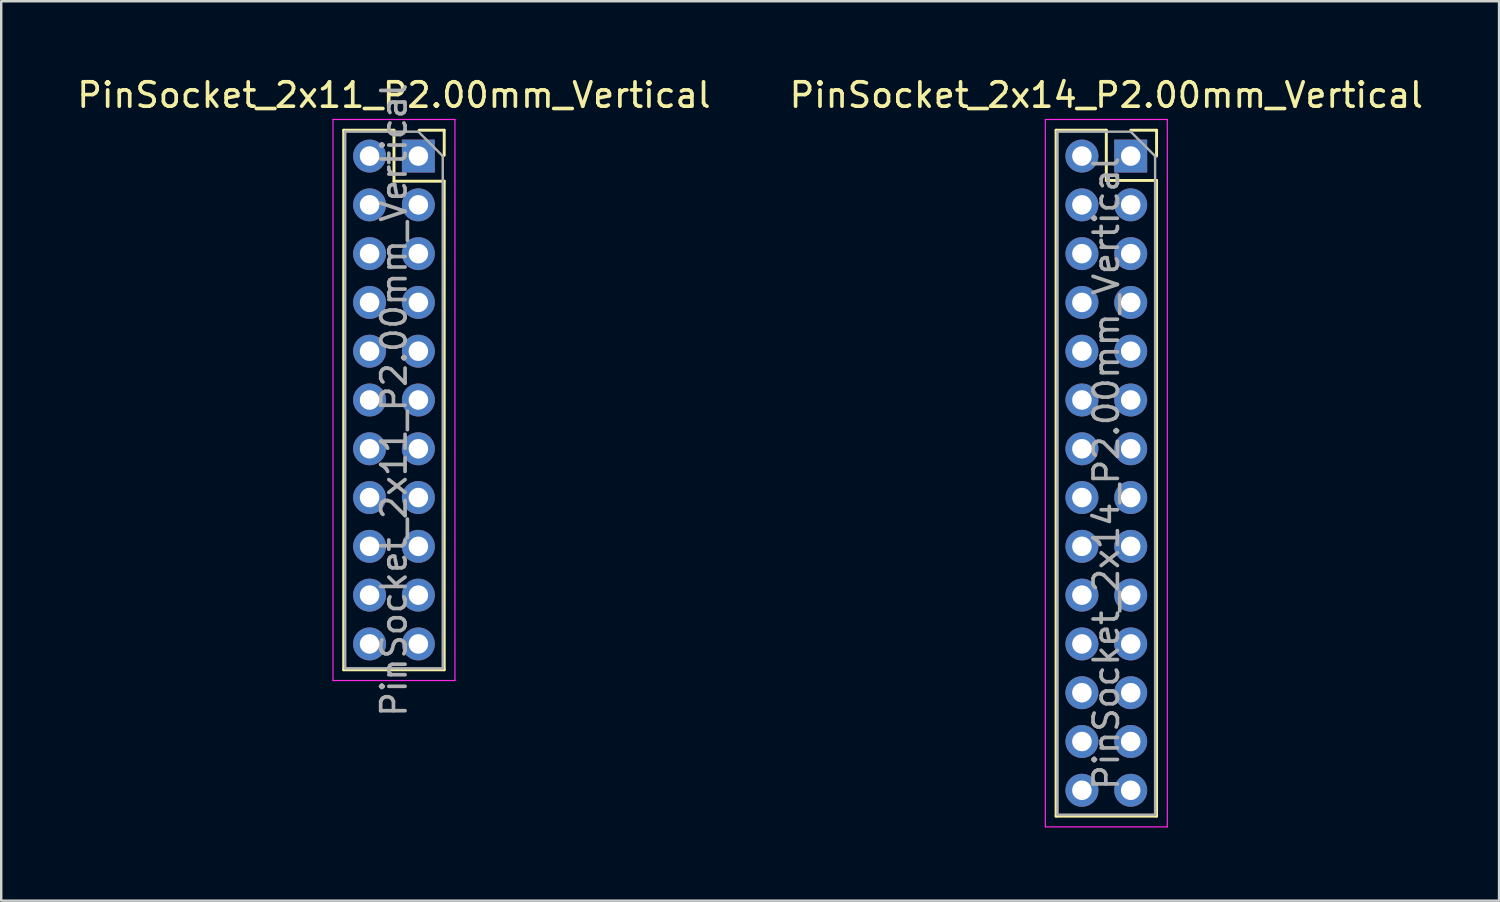
<source format=kicad_pcb>
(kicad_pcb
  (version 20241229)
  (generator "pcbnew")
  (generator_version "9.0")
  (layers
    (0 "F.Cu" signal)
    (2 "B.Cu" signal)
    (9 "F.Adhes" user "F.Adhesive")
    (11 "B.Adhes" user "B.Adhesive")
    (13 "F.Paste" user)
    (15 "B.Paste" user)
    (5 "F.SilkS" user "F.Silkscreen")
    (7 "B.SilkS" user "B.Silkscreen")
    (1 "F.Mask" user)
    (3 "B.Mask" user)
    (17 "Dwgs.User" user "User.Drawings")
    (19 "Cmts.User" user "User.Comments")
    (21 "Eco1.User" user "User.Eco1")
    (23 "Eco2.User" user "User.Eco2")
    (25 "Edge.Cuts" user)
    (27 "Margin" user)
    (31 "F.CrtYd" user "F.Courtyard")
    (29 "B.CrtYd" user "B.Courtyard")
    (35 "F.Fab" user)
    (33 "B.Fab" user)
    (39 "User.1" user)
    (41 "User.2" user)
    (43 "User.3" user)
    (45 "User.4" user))
  (footprint "PinSocket_2x14_P2.00mm_Vertical"
    (layer "F.Cu")
    (at 43.304 3.348)
    (property "Reference" "PinSocket_2x14_P2.00mm_Vertical" (at -1 -2.5 0) (layer "F.SilkS") (effects (font (size 1 1) (thickness 0.15))))
    (attr through_hole)
    (fp_line (start -3.06 -1.06) (end -3.06 27.06) (stroke (width 0.12) (type solid)) (layer "F.SilkS"))
    (fp_line (start -3.06 -1.06) (end -1 -1.06) (stroke (width 0.12) (type solid)) (layer "F.SilkS"))
    (fp_line (start -3.06 27.06) (end 1.06 27.06) (stroke (width 0.12) (type solid)) (layer "F.SilkS"))
    (fp_line (start -1 -1.06) (end -1 1) (stroke (width 0.12) (type solid)) (layer "F.SilkS"))
    (fp_line (start -1 1) (end 1.06 1) (stroke (width 0.12) (type solid)) (layer "F.SilkS"))
    (fp_line (start 0 -1.06) (end 1.06 -1.06) (stroke (width 0.12) (type solid)) (layer "F.SilkS"))
    (fp_line (start 1.06 -1.06) (end 1.06 0) (stroke (width 0.12) (type solid)) (layer "F.SilkS"))
    (fp_line (start 1.06 1) (end 1.06 27.06) (stroke (width 0.12) (type solid)) (layer "F.SilkS"))
    (fp_line (start -3.5 -1.5) (end 1.5 -1.5) (stroke (width 0.05) (type solid)) (layer "F.CrtYd"))
    (fp_line (start -3.5 27.5) (end -3.5 -1.5) (stroke (width 0.05) (type solid)) (layer "F.CrtYd"))
    (fp_line (start 1.5 -1.5) (end 1.5 27.5) (stroke (width 0.05) (type solid)) (layer "F.CrtYd"))
    (fp_line (start 1.5 27.5) (end -3.5 27.5) (stroke (width 0.05) (type solid)) (layer "F.CrtYd"))
    (fp_line (start -3 -1) (end 0 -1) (stroke (width 0.1) (type solid)) (layer "F.Fab"))
    (fp_line (start -3 27) (end -3 -1) (stroke (width 0.1) (type solid)) (layer "F.Fab"))
    (fp_line (start 0 -1) (end 1 0) (stroke (width 0.1) (type solid)) (layer "F.Fab"))
    (fp_line (start 1 0) (end 1 27) (stroke (width 0.1) (type solid)) (layer "F.Fab"))
    (fp_line (start 1 27) (end -3 27) (stroke (width 0.1) (type solid)) (layer "F.Fab"))
    (fp_text user "${REFERENCE}" (at -1 13 90) (layer "F.Fab") (effects (font (size 1 1) (thickness 0.15))))
    (pad "1" thru_hole rect (at 0 0) (size 1.35 1.35) (drill 0.8) (layers "*.Cu" "*.Mask"))
    (pad "2" thru_hole oval (at -2 0) (size 1.35 1.35) (drill 0.8) (layers "*.Cu" "*.Mask"))
    (pad "3" thru_hole oval (at 0 2) (size 1.35 1.35) (drill 0.8) (layers "*.Cu" "*.Mask"))
    (pad "4" thru_hole oval (at -2 2) (size 1.35 1.35) (drill 0.8) (layers "*.Cu" "*.Mask"))
    (pad "5" thru_hole oval (at 0 4) (size 1.35 1.35) (drill 0.8) (layers "*.Cu" "*.Mask"))
    (pad "6" thru_hole oval (at -2 4) (size 1.35 1.35) (drill 0.8) (layers "*.Cu" "*.Mask"))
    (pad "7" thru_hole oval (at 0 6) (size 1.35 1.35) (drill 0.8) (layers "*.Cu" "*.Mask"))
    (pad "8" thru_hole oval (at -2 6) (size 1.35 1.35) (drill 0.8) (layers "*.Cu" "*.Mask"))
    (pad "9" thru_hole oval (at 0 8) (size 1.35 1.35) (drill 0.8) (layers "*.Cu" "*.Mask"))
    (pad "10" thru_hole oval (at -2 8) (size 1.35 1.35) (drill 0.8) (layers "*.Cu" "*.Mask"))
    (pad "11" thru_hole oval (at 0 10) (size 1.35 1.35) (drill 0.8) (layers "*.Cu" "*.Mask"))
    (pad "12" thru_hole oval (at -2 10) (size 1.35 1.35) (drill 0.8) (layers "*.Cu" "*.Mask"))
    (pad "13" thru_hole oval (at 0 12) (size 1.35 1.35) (drill 0.8) (layers "*.Cu" "*.Mask"))
    (pad "14" thru_hole oval (at -2 12) (size 1.35 1.35) (drill 0.8) (layers "*.Cu" "*.Mask"))
    (pad "15" thru_hole oval (at 0 14) (size 1.35 1.35) (drill 0.8) (layers "*.Cu" "*.Mask"))
    (pad "16" thru_hole oval (at -2 14) (size 1.35 1.35) (drill 0.8) (layers "*.Cu" "*.Mask"))
    (pad "17" thru_hole oval (at 0 16) (size 1.35 1.35) (drill 0.8) (layers "*.Cu" "*.Mask"))
    (pad "18" thru_hole oval (at -2 16) (size 1.35 1.35) (drill 0.8) (layers "*.Cu" "*.Mask"))
    (pad "19" thru_hole oval (at 0 18) (size 1.35 1.35) (drill 0.8) (layers "*.Cu" "*.Mask"))
    (pad "20" thru_hole oval (at -2 18) (size 1.35 1.35) (drill 0.8) (layers "*.Cu" "*.Mask"))
    (pad "21" thru_hole oval (at 0 20) (size 1.35 1.35) (drill 0.8) (layers "*.Cu" "*.Mask"))
    (pad "22" thru_hole oval (at -2 20) (size 1.35 1.35) (drill 0.8) (layers "*.Cu" "*.Mask"))
    (pad "23" thru_hole oval (at 0 22) (size 1.35 1.35) (drill 0.8) (layers "*.Cu" "*.Mask"))
    (pad "24" thru_hole oval (at -2 22) (size 1.35 1.35) (drill 0.8) (layers "*.Cu" "*.Mask"))
    (pad "25" thru_hole oval (at 0 24) (size 1.35 1.35) (drill 0.8) (layers "*.Cu" "*.Mask"))
    (pad "26" thru_hole oval (at -2 24) (size 1.35 1.35) (drill 0.8) (layers "*.Cu" "*.Mask"))
    (pad "27" thru_hole oval (at 0 26) (size 1.35 1.35) (drill 0.8) (layers "*.Cu" "*.Mask"))
    (pad "28" thru_hole oval (at -2 26) (size 1.35 1.35) (drill 0.8) (layers "*.Cu" "*.Mask")))
  (footprint "PinSocket_2x11_P2.00mm_Vertical"
    (layer "F.Cu")
    (at 14.101 3.348)
    (property "Reference" "PinSocket_2x11_P2.00mm_Vertical" (at -1 -2.5 0) (layer "F.SilkS") (effects (font (size 1 1) (thickness 0.15))))
    (attr through_hole)
    (fp_line (start -3.06 -1.06) (end -3.06 21.06) (stroke (width 0.12) (type solid)) (layer "F.SilkS"))
    (fp_line (start -3.06 21.06) (end 1.06 21.06) (stroke (width 0.12) (type solid)) (layer "F.SilkS"))
    (fp_line (start -1 -1.06) (end -3.06 -1.06) (stroke (width 0.12) (type solid)) (layer "F.SilkS"))
    (fp_line (start -1 1.03) (end -1 -1.06) (stroke (width 0.12) (type solid)) (layer "F.SilkS"))
    (fp_line (start 1.06 -1.06) (end 0.03 -1.06) (stroke (width 0.12) (type solid)) (layer "F.SilkS"))
    (fp_line (start 1.06 -0.03) (end 1.06 -1.06) (stroke (width 0.12) (type solid)) (layer "F.SilkS"))
    (fp_line (start 1.06 1.03) (end -1 1.03) (stroke (width 0.12) (type solid)) (layer "F.SilkS"))
    (fp_line (start 1.06 21.06) (end 1.06 1.03) (stroke (width 0.12) (type solid)) (layer "F.SilkS"))
    (fp_line (start -3.5 -1.5) (end 1.5 -1.5) (stroke (width 0.05) (type solid)) (layer "F.CrtYd"))
    (fp_line (start -3.5 21.5) (end -3.5 -1.5) (stroke (width 0.05) (type solid)) (layer "F.CrtYd"))
    (fp_line (start 1.5 -1.5) (end 1.5 21.5) (stroke (width 0.05) (type solid)) (layer "F.CrtYd"))
    (fp_line (start 1.5 21.5) (end -3.5 21.5) (stroke (width 0.05) (type solid)) (layer "F.CrtYd"))
    (fp_line (start -3 -1) (end 0 -1) (stroke (width 0.1) (type solid)) (layer "F.Fab"))
    (fp_line (start -3 21) (end -3 -1) (stroke (width 0.1) (type solid)) (layer "F.Fab"))
    (fp_line (start 0 -1) (end 1 0) (stroke (width 0.1) (type solid)) (layer "F.Fab"))
    (fp_line (start 1 0) (end 1 21) (stroke (width 0.1) (type solid)) (layer "F.Fab"))
    (fp_line (start 1 21) (end -3 21) (stroke (width 0.1) (type solid)) (layer "F.Fab"))
    (fp_text user "${REFERENCE}" (at -1 10 90) (layer "F.Fab") (effects (font (size 1 1) (thickness 0.15))))
    (pad "1" thru_hole rect (at 0 0) (size 1.35 1.35) (drill 0.8) (layers "*.Cu" "*.Mask"))
    (pad "2" thru_hole oval (at -2 0) (size 1.35 1.35) (drill 0.8) (layers "*.Cu" "*.Mask"))
    (pad "3" thru_hole oval (at 0 2) (size 1.35 1.35) (drill 0.8) (layers "*.Cu" "*.Mask"))
    (pad "4" thru_hole oval (at -2 2) (size 1.35 1.35) (drill 0.8) (layers "*.Cu" "*.Mask"))
    (pad "5" thru_hole oval (at 0 4) (size 1.35 1.35) (drill 0.8) (layers "*.Cu" "*.Mask"))
    (pad "6" thru_hole oval (at -2 4) (size 1.35 1.35) (drill 0.8) (layers "*.Cu" "*.Mask"))
    (pad "7" thru_hole oval (at 0 6) (size 1.35 1.35) (drill 0.8) (layers "*.Cu" "*.Mask"))
    (pad "8" thru_hole oval (at -2 6) (size 1.35 1.35) (drill 0.8) (layers "*.Cu" "*.Mask"))
    (pad "9" thru_hole oval (at 0 8) (size 1.35 1.35) (drill 0.8) (layers "*.Cu" "*.Mask"))
    (pad "10" thru_hole oval (at -2 8) (size 1.35 1.35) (drill 0.8) (layers "*.Cu" "*.Mask"))
    (pad "11" thru_hole oval (at 0 10) (size 1.35 1.35) (drill 0.8) (layers "*.Cu" "*.Mask"))
    (pad "12" thru_hole oval (at -2 10) (size 1.35 1.35) (drill 0.8) (layers "*.Cu" "*.Mask"))
    (pad "13" thru_hole oval (at 0 12) (size 1.35 1.35) (drill 0.8) (layers "*.Cu" "*.Mask"))
    (pad "14" thru_hole oval (at -2 12) (size 1.35 1.35) (drill 0.8) (layers "*.Cu" "*.Mask"))
    (pad "15" thru_hole oval (at 0 14) (size 1.35 1.35) (drill 0.8) (layers "*.Cu" "*.Mask"))
    (pad "16" thru_hole oval (at -2 14) (size 1.35 1.35) (drill 0.8) (layers "*.Cu" "*.Mask"))
    (pad "17" thru_hole oval (at 0 16) (size 1.35 1.35) (drill 0.8) (layers "*.Cu" "*.Mask"))
    (pad "18" thru_hole oval (at -2 16) (size 1.35 1.35) (drill 0.8) (layers "*.Cu" "*.Mask"))
    (pad "19" thru_hole oval (at 0 18) (size 1.35 1.35) (drill 0.8) (layers "*.Cu" "*.Mask"))
    (pad "20" thru_hole oval (at -2 18) (size 1.35 1.35) (drill 0.8) (layers "*.Cu" "*.Mask"))
    (pad "21" thru_hole oval (at 0 20) (size 1.35 1.35) (drill 0.8) (layers "*.Cu" "*.Mask"))
    (pad "22" thru_hole oval (at -2 20) (size 1.35 1.35) (drill 0.8) (layers "*.Cu" "*.Mask")))
  (gr_rect
    (start -3 -3)
    (end 58.405 33.873)
    (stroke (width 0.1) (type default))
    (fill no)
    (layer "Edge.Cuts")))
</source>
